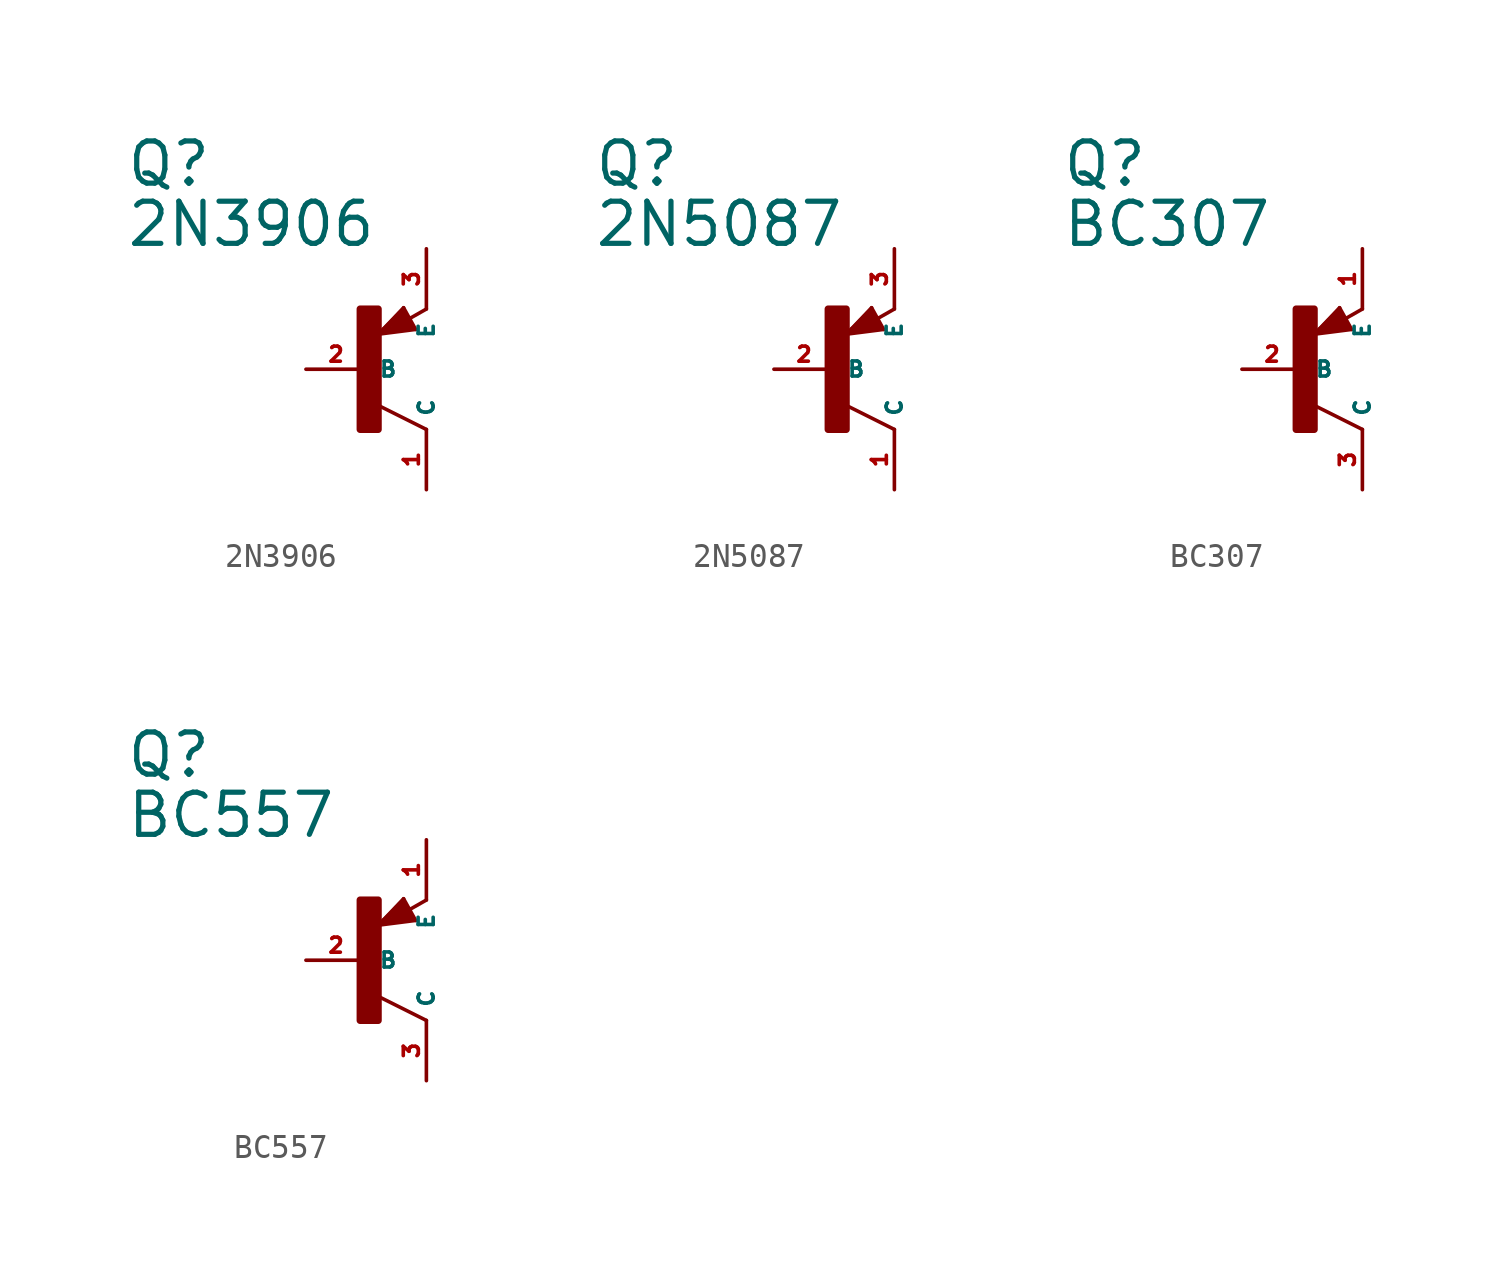
<source format=kicad_sym>
(kicad_symbol_lib
  (version 20220914)
  (generator Eagle2Kicad)
  (symbol "2N3906"
    (property "Reference" "Q"
      (at -10.16 7.62 0)
      (effects (font (size 1.778 1.778) (thickness 0.22)) (justify left bottom)))
    (property "Value" "2N3906"
      (at -10.16 5.08 0)
      (effects (font (size 1.778 1.778) (thickness 0.22)) (justify left bottom)))
    (polyline
      (pts (xy 2.086 1.678) (xy 1.578 2.594))
      (stroke (width 0.152) (type default))
      (fill (type none)))
    (polyline
      (pts (xy 1.578 2.594) (xy 0.516 1.478))
      (stroke (width 0.152) (type default))
      (fill (type none)))
    (polyline
      (pts (xy 0.516 1.478) (xy 2.086 1.678))
      (stroke (width 0.152) (type default))
      (fill (type none)))
    (polyline
      (pts (xy 2.54 2.54) (xy 1.808 2.124))
      (stroke (width 0.152) (type default))
      (fill (type none)))
    (polyline
      (pts (xy 2.54 -2.54) (xy 0.508 -1.524))
      (stroke (width 0.152) (type default))
      (fill (type none)))
    (polyline
      (pts (xy 1.905 1.778) (xy 1.524 2.413))
      (stroke (width 0.254) (type default))
      (fill (type none)))
    (polyline
      (pts (xy 1.524 2.413) (xy 0.762 1.651))
      (stroke (width 0.254) (type default))
      (fill (type none)))
    (polyline
      (pts (xy 0.762 1.651) (xy 1.778 1.778))
      (stroke (width 0.254) (type default))
      (fill (type none)))
    (polyline
      (pts (xy 1.778 1.778) (xy 1.524 2.159))
      (stroke (width 0.254) (type default))
      (fill (type none)))
    (polyline
      (pts (xy 1.524 2.159) (xy 1.143 1.905))
      (stroke (width 0.254) (type default))
      (fill (type none)))
    (polyline
      (pts (xy 1.143 1.905) (xy 1.524 1.905))
      (stroke (width 0.254) (type default))
      (fill (type none)))
    (rectangle
      (start -0.254 -2.54)
      (end 0.508 2.54)
      (stroke (width 0.3) (type default))
      (fill (type outline)))
    (pin passive line
      (at -2.54 0 0)
      (length 2.54)
      (name "B" (effects (font (size 0.635 0.635) (thickness 0.08)) (justify left bottom)))
      (number "2" (effects (font (size 0.635 0.635) (thickness 0.08)) (justify left bottom))))
    (pin passive line
      (at 2.54 5.08 270)
      (length 2.54)
      (name "E" (effects (font (size 0.635 0.635) (thickness 0.08)) (justify left bottom)))
      (number "3" (effects (font (size 0.635 0.635) (thickness 0.08)) (justify left bottom))))
    (pin passive line
      (at 2.54 -5.08 90)
      (length 2.54)
      (name "C" (effects (font (size 0.635 0.635) (thickness 0.08)) (justify left bottom)))
      (number "1" (effects (font (size 0.635 0.635) (thickness 0.08)) (justify left bottom)))))
  (symbol "2N5087"
    (property "Reference" "Q"
      (at -10.16 7.62 0)
      (effects (font (size 1.778 1.778) (thickness 0.22)) (justify left bottom)))
    (property "Value" "2N5087"
      (at -10.16 5.08 0)
      (effects (font (size 1.778 1.778) (thickness 0.22)) (justify left bottom)))
    (polyline
      (pts (xy 2.086 1.678) (xy 1.578 2.594))
      (stroke (width 0.152) (type default))
      (fill (type none)))
    (polyline
      (pts (xy 1.578 2.594) (xy 0.516 1.478))
      (stroke (width 0.152) (type default))
      (fill (type none)))
    (polyline
      (pts (xy 0.516 1.478) (xy 2.086 1.678))
      (stroke (width 0.152) (type default))
      (fill (type none)))
    (polyline
      (pts (xy 2.54 2.54) (xy 1.808 2.124))
      (stroke (width 0.152) (type default))
      (fill (type none)))
    (polyline
      (pts (xy 2.54 -2.54) (xy 0.508 -1.524))
      (stroke (width 0.152) (type default))
      (fill (type none)))
    (polyline
      (pts (xy 1.905 1.778) (xy 1.524 2.413))
      (stroke (width 0.254) (type default))
      (fill (type none)))
    (polyline
      (pts (xy 1.524 2.413) (xy 0.762 1.651))
      (stroke (width 0.254) (type default))
      (fill (type none)))
    (polyline
      (pts (xy 0.762 1.651) (xy 1.778 1.778))
      (stroke (width 0.254) (type default))
      (fill (type none)))
    (polyline
      (pts (xy 1.778 1.778) (xy 1.524 2.159))
      (stroke (width 0.254) (type default))
      (fill (type none)))
    (polyline
      (pts (xy 1.524 2.159) (xy 1.143 1.905))
      (stroke (width 0.254) (type default))
      (fill (type none)))
    (polyline
      (pts (xy 1.143 1.905) (xy 1.524 1.905))
      (stroke (width 0.254) (type default))
      (fill (type none)))
    (rectangle
      (start -0.254 -2.54)
      (end 0.508 2.54)
      (stroke (width 0.3) (type default))
      (fill (type outline)))
    (pin passive line
      (at -2.54 0 0)
      (length 2.54)
      (name "B" (effects (font (size 0.635 0.635) (thickness 0.08)) (justify left bottom)))
      (number "2" (effects (font (size 0.635 0.635) (thickness 0.08)) (justify left bottom))))
    (pin passive line
      (at 2.54 5.08 270)
      (length 2.54)
      (name "E" (effects (font (size 0.635 0.635) (thickness 0.08)) (justify left bottom)))
      (number "3" (effects (font (size 0.635 0.635) (thickness 0.08)) (justify left bottom))))
    (pin passive line
      (at 2.54 -5.08 90)
      (length 2.54)
      (name "C" (effects (font (size 0.635 0.635) (thickness 0.08)) (justify left bottom)))
      (number "1" (effects (font (size 0.635 0.635) (thickness 0.08)) (justify left bottom)))))
  (symbol "BC307"
    (property "Reference" "Q"
      (at -10.16 7.62 0)
      (effects (font (size 1.778 1.778) (thickness 0.22)) (justify left bottom)))
    (property "Value" "BC307"
      (at -10.16 5.08 0)
      (effects (font (size 1.778 1.778) (thickness 0.22)) (justify left bottom)))
    (polyline
      (pts (xy 2.086 1.678) (xy 1.578 2.594))
      (stroke (width 0.152) (type default))
      (fill (type none)))
    (polyline
      (pts (xy 1.578 2.594) (xy 0.516 1.478))
      (stroke (width 0.152) (type default))
      (fill (type none)))
    (polyline
      (pts (xy 0.516 1.478) (xy 2.086 1.678))
      (stroke (width 0.152) (type default))
      (fill (type none)))
    (polyline
      (pts (xy 2.54 2.54) (xy 1.808 2.124))
      (stroke (width 0.152) (type default))
      (fill (type none)))
    (polyline
      (pts (xy 2.54 -2.54) (xy 0.508 -1.524))
      (stroke (width 0.152) (type default))
      (fill (type none)))
    (polyline
      (pts (xy 1.905 1.778) (xy 1.524 2.413))
      (stroke (width 0.254) (type default))
      (fill (type none)))
    (polyline
      (pts (xy 1.524 2.413) (xy 0.762 1.651))
      (stroke (width 0.254) (type default))
      (fill (type none)))
    (polyline
      (pts (xy 0.762 1.651) (xy 1.778 1.778))
      (stroke (width 0.254) (type default))
      (fill (type none)))
    (polyline
      (pts (xy 1.778 1.778) (xy 1.524 2.159))
      (stroke (width 0.254) (type default))
      (fill (type none)))
    (polyline
      (pts (xy 1.524 2.159) (xy 1.143 1.905))
      (stroke (width 0.254) (type default))
      (fill (type none)))
    (polyline
      (pts (xy 1.143 1.905) (xy 1.524 1.905))
      (stroke (width 0.254) (type default))
      (fill (type none)))
    (rectangle
      (start -0.254 -2.54)
      (end 0.508 2.54)
      (stroke (width 0.3) (type default))
      (fill (type outline)))
    (pin passive line
      (at -2.54 0 0)
      (length 2.54)
      (name "B" (effects (font (size 0.635 0.635) (thickness 0.08)) (justify left bottom)))
      (number "2" (effects (font (size 0.635 0.635) (thickness 0.08)) (justify left bottom))))
    (pin passive line
      (at 2.54 5.08 270)
      (length 2.54)
      (name "E" (effects (font (size 0.635 0.635) (thickness 0.08)) (justify left bottom)))
      (number "1" (effects (font (size 0.635 0.635) (thickness 0.08)) (justify left bottom))))
    (pin passive line
      (at 2.54 -5.08 90)
      (length 2.54)
      (name "C" (effects (font (size 0.635 0.635) (thickness 0.08)) (justify left bottom)))
      (number "3" (effects (font (size 0.635 0.635) (thickness 0.08)) (justify left bottom)))))
  (symbol "BC557"
    (property "Reference" "Q"
      (at -10.16 7.62 0)
      (effects (font (size 1.778 1.778) (thickness 0.22)) (justify left bottom)))
    (property "Value" "BC557"
      (at -10.16 5.08 0)
      (effects (font (size 1.778 1.778) (thickness 0.22)) (justify left bottom)))
    (polyline
      (pts (xy 2.086 1.678) (xy 1.578 2.594))
      (stroke (width 0.152) (type default))
      (fill (type none)))
    (polyline
      (pts (xy 1.578 2.594) (xy 0.516 1.478))
      (stroke (width 0.152) (type default))
      (fill (type none)))
    (polyline
      (pts (xy 0.516 1.478) (xy 2.086 1.678))
      (stroke (width 0.152) (type default))
      (fill (type none)))
    (polyline
      (pts (xy 2.54 2.54) (xy 1.808 2.124))
      (stroke (width 0.152) (type default))
      (fill (type none)))
    (polyline
      (pts (xy 2.54 -2.54) (xy 0.508 -1.524))
      (stroke (width 0.152) (type default))
      (fill (type none)))
    (polyline
      (pts (xy 1.905 1.778) (xy 1.524 2.413))
      (stroke (width 0.254) (type default))
      (fill (type none)))
    (polyline
      (pts (xy 1.524 2.413) (xy 0.762 1.651))
      (stroke (width 0.254) (type default))
      (fill (type none)))
    (polyline
      (pts (xy 0.762 1.651) (xy 1.778 1.778))
      (stroke (width 0.254) (type default))
      (fill (type none)))
    (polyline
      (pts (xy 1.778 1.778) (xy 1.524 2.159))
      (stroke (width 0.254) (type default))
      (fill (type none)))
    (polyline
      (pts (xy 1.524 2.159) (xy 1.143 1.905))
      (stroke (width 0.254) (type default))
      (fill (type none)))
    (polyline
      (pts (xy 1.143 1.905) (xy 1.524 1.905))
      (stroke (width 0.254) (type default))
      (fill (type none)))
    (rectangle
      (start -0.254 -2.54)
      (end 0.508 2.54)
      (stroke (width 0.3) (type default))
      (fill (type outline)))
    (pin passive line
      (at -2.54 0 0)
      (length 2.54)
      (name "B" (effects (font (size 0.635 0.635) (thickness 0.08)) (justify left bottom)))
      (number "2" (effects (font (size 0.635 0.635) (thickness 0.08)) (justify left bottom))))
    (pin passive line
      (at 2.54 5.08 270)
      (length 2.54)
      (name "E" (effects (font (size 0.635 0.635) (thickness 0.08)) (justify left bottom)))
      (number "1" (effects (font (size 0.635 0.635) (thickness 0.08)) (justify left bottom))))
    (pin passive line
      (at 2.54 -5.08 90)
      (length 2.54)
      (name "C" (effects (font (size 0.635 0.635) (thickness 0.08)) (justify left bottom)))
      (number "3" (effects (font (size 0.635 0.635) (thickness 0.08)) (justify left bottom))))))
</source>
